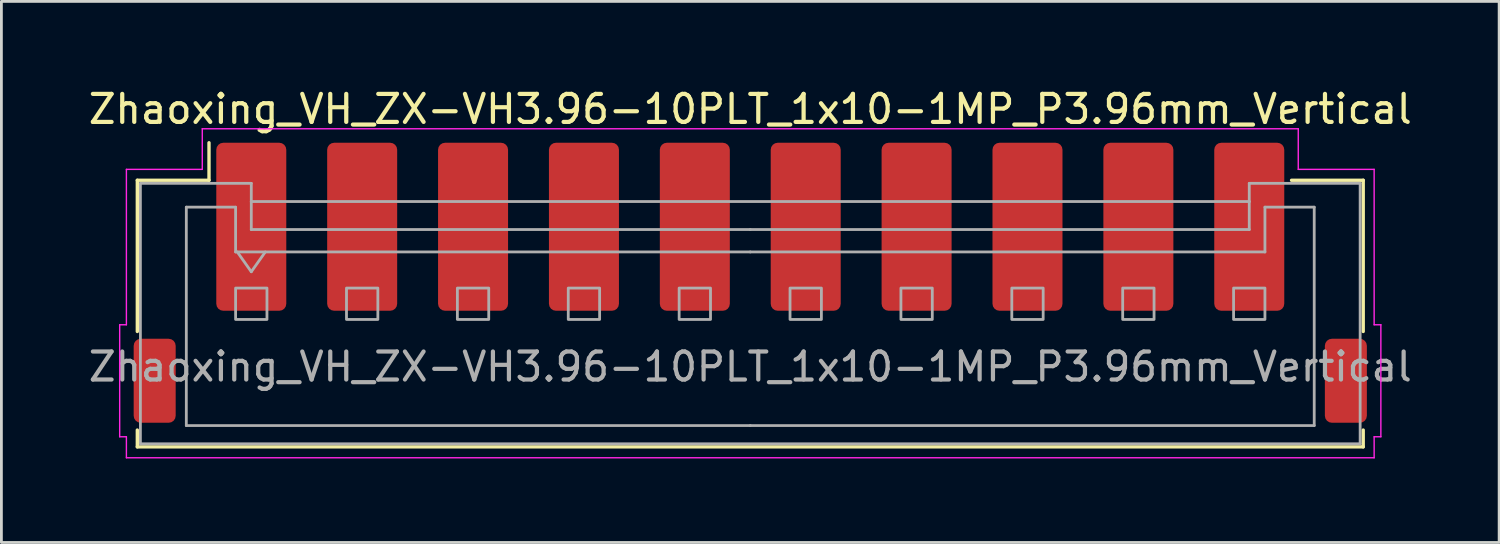
<source format=kicad_pcb>
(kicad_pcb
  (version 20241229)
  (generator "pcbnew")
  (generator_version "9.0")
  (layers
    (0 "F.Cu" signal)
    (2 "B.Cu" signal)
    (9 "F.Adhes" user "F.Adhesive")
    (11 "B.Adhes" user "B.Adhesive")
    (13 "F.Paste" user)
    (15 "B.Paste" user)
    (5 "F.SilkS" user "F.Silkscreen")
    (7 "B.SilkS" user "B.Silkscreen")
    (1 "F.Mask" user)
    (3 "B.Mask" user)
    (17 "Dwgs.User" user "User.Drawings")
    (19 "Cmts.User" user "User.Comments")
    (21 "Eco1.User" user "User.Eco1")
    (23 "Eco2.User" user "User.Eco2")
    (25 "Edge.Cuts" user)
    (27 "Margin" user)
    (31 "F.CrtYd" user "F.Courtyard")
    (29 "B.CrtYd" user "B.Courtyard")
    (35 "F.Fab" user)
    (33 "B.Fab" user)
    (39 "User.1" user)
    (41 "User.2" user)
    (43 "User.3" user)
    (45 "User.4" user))
  (footprint "Zhaoxing_VH_ZX-VH3.96-10PLT_1x10-1MP_P3.96mm_Vertical"
    (layer "F.Cu")
    (at 23.744 7.048)
    (property "Reference" "Zhaoxing_VH_ZX-VH3.96-10PLT_1x10-1MP_P3.96mm_Vertical" (at 0 -6.2 0) (layer "F.SilkS") (effects (font (size 1 1) (thickness 0.15))))
    (attr smd)
    (fp_line (start -21.89 -3.66) (end -19.33 -3.66) (stroke (width 0.12) (type solid)) (layer "F.SilkS"))
    (fp_line (start -21.89 1.74) (end -21.89 -3.66) (stroke (width 0.12) (type solid)) (layer "F.SilkS"))
    (fp_line (start -21.89 5.26) (end -21.89 5.86) (stroke (width 0.12) (type solid)) (layer "F.SilkS"))
    (fp_line (start -21.89 5.86) (end 21.89 5.86) (stroke (width 0.12) (type solid)) (layer "F.SilkS"))
    (fp_line (start -19.33 -3.66) (end -19.33 -5) (stroke (width 0.12) (type solid)) (layer "F.SilkS"))
    (fp_line (start 21.89 -3.66) (end 19.33 -3.66) (stroke (width 0.12) (type solid)) (layer "F.SilkS"))
    (fp_line (start 21.89 1.74) (end 21.89 -3.66) (stroke (width 0.12) (type solid)) (layer "F.SilkS"))
    (fp_line (start 21.89 5.86) (end 21.89 5.26) (stroke (width 0.12) (type solid)) (layer "F.SilkS"))
    (fp_line (start -22.52 1.5) (end -22.28 1.5) (stroke (width 0.05) (type solid)) (layer "F.CrtYd"))
    (fp_line (start -22.52 5.5) (end -22.52 1.5) (stroke (width 0.05) (type solid)) (layer "F.CrtYd"))
    (fp_line (start -22.28 -4.05) (end -19.57 -4.05) (stroke (width 0.05) (type solid)) (layer "F.CrtYd"))
    (fp_line (start -22.28 1.5) (end -22.28 -4.05) (stroke (width 0.05) (type solid)) (layer "F.CrtYd"))
    (fp_line (start -22.28 5.5) (end -22.52 5.5) (stroke (width 0.05) (type solid)) (layer "F.CrtYd"))
    (fp_line (start -22.28 6.25) (end -22.28 5.5) (stroke (width 0.05) (type solid)) (layer "F.CrtYd"))
    (fp_line (start -19.57 -5.5) (end 19.57 -5.5) (stroke (width 0.05) (type solid)) (layer "F.CrtYd"))
    (fp_line (start -19.57 -4.05) (end -19.57 -5.5) (stroke (width 0.05) (type solid)) (layer "F.CrtYd"))
    (fp_line (start 19.57 -5.5) (end 19.57 -4.05) (stroke (width 0.05) (type solid)) (layer "F.CrtYd"))
    (fp_line (start 19.57 -4.05) (end 22.28 -4.05) (stroke (width 0.05) (type solid)) (layer "F.CrtYd"))
    (fp_line (start 22.28 -4.05) (end 22.28 1.5) (stroke (width 0.05) (type solid)) (layer "F.CrtYd"))
    (fp_line (start 22.28 1.5) (end 22.52 1.5) (stroke (width 0.05) (type solid)) (layer "F.CrtYd"))
    (fp_line (start 22.28 5.5) (end 22.28 6.25) (stroke (width 0.05) (type solid)) (layer "F.CrtYd"))
    (fp_line (start 22.28 6.25) (end -22.28 6.25) (stroke (width 0.05) (type solid)) (layer "F.CrtYd"))
    (fp_line (start 22.52 1.5) (end 22.52 5.5) (stroke (width 0.05) (type solid)) (layer "F.CrtYd"))
    (fp_line (start 22.52 5.5) (end 22.28 5.5) (stroke (width 0.05) (type solid)) (layer "F.CrtYd"))
    (fp_line (start -21.78 -3.55) (end -21.78 5.75) (stroke (width 0.1) (type solid)) (layer "F.Fab"))
    (fp_line (start -21.78 -3.55) (end -17.82 -3.55) (stroke (width 0.1) (type solid)) (layer "F.Fab"))
    (fp_line (start -21.78 5.75) (end 21.78 5.75) (stroke (width 0.1) (type solid)) (layer "F.Fab"))
    (fp_line (start -20.14 -2.7) (end -20.14 5.1) (stroke (width 0.1) (type solid)) (layer "F.Fab"))
    (fp_line (start -20.14 5.1) (end 0 5.1) (stroke (width 0.1) (type solid)) (layer "F.Fab"))
    (fp_line (start -18.38 -2.7) (end -20.14 -2.7) (stroke (width 0.1) (type solid)) (layer "F.Fab"))
    (fp_line (start -18.38 -1.1) (end -18.38 -2.7) (stroke (width 0.1) (type solid)) (layer "F.Fab"))
    (fp_line (start -18.32 -1.1) (end -17.82 -0.393) (stroke (width 0.1) (type solid)) (layer "F.Fab"))
    (fp_line (start -17.82 -3.55) (end -17.82 -2.9) (stroke (width 0.1) (type solid)) (layer "F.Fab"))
    (fp_line (start -17.82 -2.9) (end 17.82 -2.9) (stroke (width 0.1) (type solid)) (layer "F.Fab"))
    (fp_line (start -17.82 -1.9) (end -17.82 -2.9) (stroke (width 0.1) (type solid)) (layer "F.Fab"))
    (fp_line (start -17.82 -0.393) (end -17.32 -1.1) (stroke (width 0.1) (type solid)) (layer "F.Fab"))
    (fp_line (start 0 -1.9) (end -17.82 -1.9) (stroke (width 0.1) (type solid)) (layer "F.Fab"))
    (fp_line (start 0 -1.9) (end 17.82 -1.9) (stroke (width 0.1) (type solid)) (layer "F.Fab"))
    (fp_line (start 0 -1.1) (end -18.38 -1.1) (stroke (width 0.1) (type solid)) (layer "F.Fab"))
    (fp_line (start 0 -1.1) (end 18.38 -1.1) (stroke (width 0.1) (type solid)) (layer "F.Fab"))
    (fp_line (start 17.82 -3.55) (end 21.78 -3.55) (stroke (width 0.1) (type solid)) (layer "F.Fab"))
    (fp_line (start 17.82 -2.9) (end 17.82 -3.55) (stroke (width 0.1) (type solid)) (layer "F.Fab"))
    (fp_line (start 17.82 -1.9) (end 17.82 -2.9) (stroke (width 0.1) (type solid)) (layer "F.Fab"))
    (fp_line (start 18.38 -2.7) (end 20.14 -2.7) (stroke (width 0.1) (type solid)) (layer "F.Fab"))
    (fp_line (start 18.38 -1.1) (end 18.38 -2.7) (stroke (width 0.1) (type solid)) (layer "F.Fab"))
    (fp_line (start 20.14 -2.7) (end 20.14 5.1) (stroke (width 0.1) (type solid)) (layer "F.Fab"))
    (fp_line (start 20.14 5.1) (end 0 5.1) (stroke (width 0.1) (type solid)) (layer "F.Fab"))
    (fp_line (start 21.78 -3.55) (end 21.78 5.75) (stroke (width 0.1) (type solid)) (layer "F.Fab"))
    (fp_rect (start -18.38 0.19) (end -17.26 1.31) (stroke (width 0.1) (type solid)) (fill no) (layer "F.Fab"))
    (fp_rect (start -14.42 0.19) (end -13.3 1.31) (stroke (width 0.1) (type solid)) (fill no) (layer "F.Fab"))
    (fp_rect (start -10.46 0.19) (end -9.34 1.31) (stroke (width 0.1) (type solid)) (fill no) (layer "F.Fab"))
    (fp_rect (start -6.5 0.19) (end -5.38 1.31) (stroke (width 0.1) (type solid)) (fill no) (layer "F.Fab"))
    (fp_rect (start -2.54 0.19) (end -1.42 1.31) (stroke (width 0.1) (type solid)) (fill no) (layer "F.Fab"))
    (fp_rect (start 1.42 0.19) (end 2.54 1.31) (stroke (width 0.1) (type solid)) (fill no) (layer "F.Fab"))
    (fp_rect (start 5.38 0.19) (end 6.5 1.31) (stroke (width 0.1) (type solid)) (fill no) (layer "F.Fab"))
    (fp_rect (start 9.34 0.19) (end 10.46 1.31) (stroke (width 0.1) (type solid)) (fill no) (layer "F.Fab"))
    (fp_rect (start 13.3 0.19) (end 14.42 1.31) (stroke (width 0.1) (type solid)) (fill no) (layer "F.Fab"))
    (fp_rect (start 17.26 0.19) (end 18.38 1.31) (stroke (width 0.1) (type solid)) (fill no) (layer "F.Fab"))
    (fp_text user "${REFERENCE}" (at 0 3 0) (layer "F.Fab") (effects (font (size 1 1) (thickness 0.15))))
    (pad "1" smd roundrect (at -17.82 -2) (size 2.5 6) (layers "F.Cu" "F.Mask" "F.Paste") (roundrect_rratio 0.1))
    (pad "2" smd roundrect (at -13.86 -2) (size 2.5 6) (layers "F.Cu" "F.Mask" "F.Paste") (roundrect_rratio 0.1))
    (pad "3" smd roundrect (at -9.9 -2) (size 2.5 6) (layers "F.Cu" "F.Mask" "F.Paste") (roundrect_rratio 0.1))
    (pad "4" smd roundrect (at -5.94 -2) (size 2.5 6) (layers "F.Cu" "F.Mask" "F.Paste") (roundrect_rratio 0.1))
    (pad "5" smd roundrect (at -1.98 -2) (size 2.5 6) (layers "F.Cu" "F.Mask" "F.Paste") (roundrect_rratio 0.1))
    (pad "6" smd roundrect (at 1.98 -2) (size 2.5 6) (layers "F.Cu" "F.Mask" "F.Paste") (roundrect_rratio 0.1))
    (pad "7" smd roundrect (at 5.94 -2) (size 2.5 6) (layers "F.Cu" "F.Mask" "F.Paste") (roundrect_rratio 0.1))
    (pad "8" smd roundrect (at 9.9 -2) (size 2.5 6) (layers "F.Cu" "F.Mask" "F.Paste") (roundrect_rratio 0.1))
    (pad "9" smd roundrect (at 13.86 -2) (size 2.5 6) (layers "F.Cu" "F.Mask" "F.Paste") (roundrect_rratio 0.1))
    (pad "10" smd roundrect (at 17.82 -2) (size 2.5 6) (layers "F.Cu" "F.Mask" "F.Paste") (roundrect_rratio 0.1))
    (pad "MP" smd roundrect (at -21.27 3.5) (size 1.5 3) (layers "F.Cu" "F.Mask" "F.Paste") (roundrect_rratio 0.167))
    (pad "MP" smd roundrect (at 21.27 3.5) (size 1.5 3) (layers "F.Cu" "F.Mask" "F.Paste") (roundrect_rratio 0.167)))
  (gr_rect
    (start -3 -3)
    (end 50.488 16.323)
    (stroke (width 0.1) (type default))
    (fill no)
    (layer "Edge.Cuts")))
</source>
